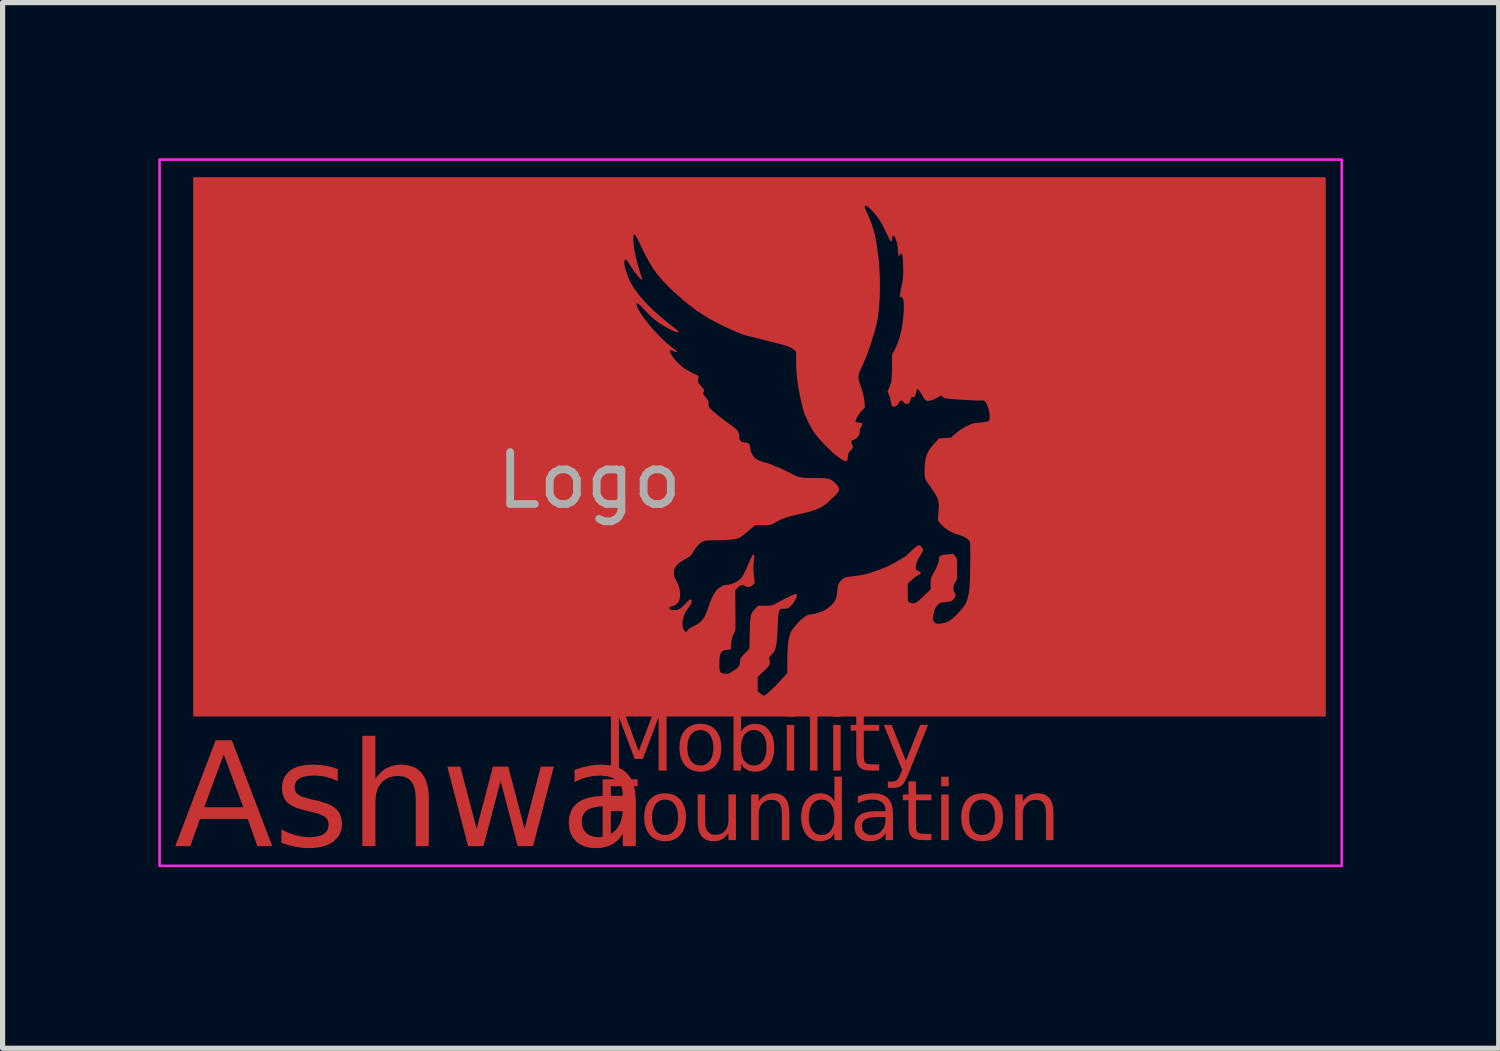
<source format=kicad_pcb>
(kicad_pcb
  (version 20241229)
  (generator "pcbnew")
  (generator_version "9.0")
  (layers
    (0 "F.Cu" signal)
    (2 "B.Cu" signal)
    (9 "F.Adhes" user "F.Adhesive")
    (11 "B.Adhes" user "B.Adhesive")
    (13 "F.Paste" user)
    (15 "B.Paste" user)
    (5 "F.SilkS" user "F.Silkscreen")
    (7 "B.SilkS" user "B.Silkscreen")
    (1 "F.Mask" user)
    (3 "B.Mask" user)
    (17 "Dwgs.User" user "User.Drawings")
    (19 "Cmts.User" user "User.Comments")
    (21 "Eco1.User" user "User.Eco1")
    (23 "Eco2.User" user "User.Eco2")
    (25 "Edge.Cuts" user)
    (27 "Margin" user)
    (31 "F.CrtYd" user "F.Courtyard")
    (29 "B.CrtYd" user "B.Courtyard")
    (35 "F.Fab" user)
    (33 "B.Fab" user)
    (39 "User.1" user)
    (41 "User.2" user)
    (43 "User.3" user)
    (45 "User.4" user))
  (footprint "Logo"
    (layer "F.Cu")
    (at 8.305 5.445)
    (property "Reference" "Logo" (at 0 0.762 0) (layer "F.Fab") (effects (font (size 1 1) (thickness 0.15))))
    (attr board_only exclude_from_pos_files exclude_from_bom)
    (fp_poly (pts (xy 14.192 5.313) (xy -7.632 5.313) (xy -7.632 -3.45) (xy 0.674 -3.45) (xy 0.678 -3.396) (xy 0.692 -3.327) (xy 0.716 -3.248) (xy 0.747 -3.163) (xy 0.784 -3.079) (xy 0.801 -3.046) (xy 0.876 -2.921) (xy 0.973 -2.792) (xy 1.092 -2.657) (xy 1.235 -2.516) (xy 1.402 -2.369) (xy 1.594 -2.213) (xy 1.66 -2.162) (xy 1.702 -2.128) (xy 1.723 -2.108) (xy 1.725 -2.097) (xy 1.715 -2.093) (xy 1.674 -2.098) (xy 1.612 -2.121) (xy 1.528 -2.162) (xy 1.422 -2.222) (xy 1.414 -2.227) (xy 1.332 -2.279) (xy 1.251 -2.342) (xy 1.166 -2.419) (xy 1.073 -2.514) (xy 1.006 -2.586) (xy 0.962 -2.629) (xy 0.93 -2.648) (xy 0.912 -2.644) (xy 0.911 -2.618) (xy 0.927 -2.571) (xy 0.938 -2.549) (xy 0.997 -2.449) (xy 1.075 -2.339) (xy 1.167 -2.222) (xy 1.27 -2.105) (xy 1.378 -1.993) (xy 1.487 -1.89) (xy 1.593 -1.801) (xy 1.636 -1.77) (xy 1.677 -1.737) (xy 1.693 -1.715) (xy 1.686 -1.707) (xy 1.655 -1.714) (xy 1.622 -1.728) (xy 1.586 -1.742) (xy 1.562 -1.747) (xy 1.558 -1.745) (xy 1.554 -1.722) (xy 1.568 -1.685) (xy 1.597 -1.637) (xy 1.638 -1.582) (xy 1.688 -1.525) (xy 1.743 -1.47) (xy 1.8 -1.421) (xy 1.812 -1.412) (xy 1.872 -1.372) (xy 1.943 -1.33) (xy 2.005 -1.299) (xy 2.109 -1.25) (xy 2.099 -1.187) (xy 2.095 -1.153) (xy 2.099 -1.127) (xy 2.113 -1.102) (xy 2.142 -1.068) (xy 2.158 -1.051) (xy 2.194 -1.011) (xy 2.212 -0.985) (xy 2.216 -0.966) (xy 2.209 -0.951) (xy 2.197 -0.929) (xy 2.195 -0.91) (xy 2.206 -0.888) (xy 2.23 -0.855) (xy 2.25 -0.831) (xy 2.283 -0.789) (xy 2.298 -0.758) (xy 2.3 -0.731) (xy 2.299 -0.722) (xy 2.297 -0.683) (xy 2.305 -0.655) (xy 2.328 -0.626) (xy 2.371 -0.584) (xy 2.432 -0.531) (xy 2.507 -0.47) (xy 2.593 -0.404) (xy 2.687 -0.334) (xy 2.774 -0.272) (xy 2.833 -0.224) (xy 2.87 -0.176) (xy 2.887 -0.121) (xy 2.89 -0.077) (xy 2.899 -0.022) (xy 2.927 0.014) (xy 2.976 0.03) (xy 3.002 0.031) (xy 3.055 0.04) (xy 3.088 0.069) (xy 3.103 0.119) (xy 3.104 0.143) (xy 3.115 0.206) (xy 3.145 0.271) (xy 3.189 0.327) (xy 3.203 0.34) (xy 3.249 0.369) (xy 3.309 0.395) (xy 3.372 0.415) (xy 3.398 0.421) (xy 3.446 0.433) (xy 3.502 0.453) (xy 3.528 0.465) (xy 3.57 0.485) (xy 3.603 0.498) (xy 3.615 0.501) (xy 3.637 0.508) (xy 3.681 0.526) (xy 3.741 0.555) (xy 3.816 0.592) (xy 3.9 0.635) (xy 3.901 0.636) (xy 3.959 0.665) (xy 4.01 0.687) (xy 4.06 0.701) (xy 4.115 0.71) (xy 4.182 0.715) (xy 4.267 0.716) (xy 4.336 0.716) (xy 4.44 0.716) (xy 4.521 0.719) (xy 4.583 0.726) (xy 4.632 0.739) (xy 4.674 0.76) (xy 4.712 0.788) (xy 4.748 0.822) (xy 4.792 0.873) (xy 4.812 0.918) (xy 4.809 0.961) (xy 4.781 1.008) (xy 4.729 1.063) (xy 4.718 1.074) (xy 4.678 1.11) (xy 4.631 1.154) (xy 4.601 1.183) (xy 4.542 1.232) (xy 4.476 1.275) (xy 4.4 1.312) (xy 4.308 1.346) (xy 4.197 1.378) (xy 4.063 1.41) (xy 4.022 1.419) (xy 3.95 1.435) (xy 3.885 1.451) (xy 3.832 1.465) (xy 3.801 1.475) (xy 3.753 1.494) (xy 3.705 1.512) (xy 3.705 1.512) (xy 3.667 1.529) (xy 3.618 1.555) (xy 3.578 1.578) (xy 3.541 1.599) (xy 3.511 1.613) (xy 3.479 1.621) (xy 3.437 1.625) (xy 3.378 1.626) (xy 3.348 1.626) (xy 3.196 1.626) (xy 3.061 1.741) (xy 3.006 1.786) (xy 2.955 1.826) (xy 2.915 1.856) (xy 2.89 1.871) (xy 2.89 1.871) (xy 2.835 1.888) (xy 2.757 1.901) (xy 2.653 1.91) (xy 2.523 1.915) (xy 2.456 1.916) (xy 2.366 1.917) (xy 2.299 1.919) (xy 2.251 1.923) (xy 2.217 1.929) (xy 2.192 1.938) (xy 2.182 1.943) (xy 2.124 1.985) (xy 2.067 2.045) (xy 2.019 2.114) (xy 2.012 2.126) (xy 1.98 2.179) (xy 1.947 2.218) (xy 1.904 2.25) (xy 1.843 2.284) (xy 1.836 2.288) (xy 1.742 2.345) (xy 1.676 2.408) (xy 1.637 2.477) (xy 1.627 2.552) (xy 1.645 2.632) (xy 1.682 2.706) (xy 1.721 2.788) (xy 1.745 2.877) (xy 1.752 2.966) (xy 1.742 3.047) (xy 1.728 3.086) (xy 1.697 3.13) (xy 1.653 3.166) (xy 1.606 3.188) (xy 1.583 3.192) (xy 1.552 3.2) (xy 1.542 3.221) (xy 1.552 3.242) (xy 1.579 3.257) (xy 1.623 3.262) (xy 1.674 3.26) (xy 1.72 3.249) (xy 1.734 3.243) (xy 1.762 3.223) (xy 1.801 3.189) (xy 1.844 3.146) (xy 1.854 3.135) (xy 1.894 3.095) (xy 1.927 3.067) (xy 1.95 3.053) (xy 1.954 3.053) (xy 1.974 3.072) (xy 1.974 3.107) (xy 1.954 3.155) (xy 1.92 3.206) (xy 1.859 3.297) (xy 1.821 3.383) (xy 1.801 3.47) (xy 1.798 3.497) (xy 1.797 3.559) (xy 1.806 3.606) (xy 1.818 3.632) (xy 1.843 3.672) (xy 1.864 3.685) (xy 1.882 3.671) (xy 1.891 3.654) (xy 1.92 3.621) (xy 1.977 3.587) (xy 1.997 3.578) (xy 2.073 3.54) (xy 2.133 3.498) (xy 2.182 3.447) (xy 2.224 3.384) (xy 2.261 3.302) (xy 2.298 3.198) (xy 2.301 3.189) (xy 2.331 3.103) (xy 2.366 3.022) (xy 2.403 2.951) (xy 2.439 2.894) (xy 2.471 2.856) (xy 2.491 2.843) (xy 2.52 2.827) (xy 2.542 2.807) (xy 2.576 2.786) (xy 2.628 2.779) (xy 2.628 2.779) (xy 2.707 2.768) (xy 2.791 2.739) (xy 2.868 2.696) (xy 2.903 2.668) (xy 2.93 2.64) (xy 2.955 2.605) (xy 2.982 2.558) (xy 3.013 2.494) (xy 3.048 2.416) (xy 3.079 2.345) (xy 3.107 2.283) (xy 3.13 2.234) (xy 3.146 2.205) (xy 3.15 2.198) (xy 3.167 2.186) (xy 3.177 2.2) (xy 3.179 2.24) (xy 3.172 2.305) (xy 3.171 2.313) (xy 3.163 2.385) (xy 3.162 2.46) (xy 3.168 2.548) (xy 3.171 2.583) (xy 3.188 2.743) (xy 3.146 2.783) (xy 3.096 2.815) (xy 3.048 2.819) (xy 3.01 2.801) (xy 2.964 2.78) (xy 2.916 2.788) (xy 2.866 2.825) (xy 2.861 2.829) (xy 2.813 2.879) (xy 2.817 3.274) (xy 2.818 3.391) (xy 2.818 3.483) (xy 2.818 3.553) (xy 2.817 3.604) (xy 2.815 3.641) (xy 2.811 3.667) (xy 2.805 3.685) (xy 2.798 3.698) (xy 2.792 3.706) (xy 2.763 3.761) (xy 2.743 3.836) (xy 2.734 3.924) (xy 2.734 3.942) (xy 2.733 4.016) (xy 2.666 4.026) (xy 2.62 4.034) (xy 2.582 4.045) (xy 2.572 4.049) (xy 2.541 4.079) (xy 2.52 4.134) (xy 2.508 4.213) (xy 2.506 4.292) (xy 2.507 4.37) (xy 2.515 4.425) (xy 2.53 4.46) (xy 2.556 4.479) (xy 2.595 4.486) (xy 2.627 4.487) (xy 2.671 4.485) (xy 2.703 4.479) (xy 2.712 4.473) (xy 2.729 4.458) (xy 2.763 4.438) (xy 2.781 4.428) (xy 2.845 4.387) (xy 2.885 4.341) (xy 2.903 4.286) (xy 2.904 4.258) (xy 2.906 4.225) (xy 2.913 4.199) (xy 2.929 4.171) (xy 2.958 4.136) (xy 2.995 4.098) (xy 3.085 4.003) (xy 3.093 3.693) (xy 3.096 3.583) (xy 3.099 3.496) (xy 3.105 3.429) (xy 3.112 3.378) (xy 3.123 3.339) (xy 3.139 3.307) (xy 3.159 3.278) (xy 3.186 3.247) (xy 3.195 3.238) (xy 3.252 3.178) (xy 3.388 3.177) (xy 3.453 3.177) (xy 3.5 3.173) (xy 3.535 3.165) (xy 3.569 3.15) (xy 3.602 3.132) (xy 3.674 3.093) (xy 3.748 3.053) (xy 3.819 3.017) (xy 3.883 2.987) (xy 3.934 2.964) (xy 3.967 2.951) (xy 3.976 2.95) (xy 3.997 2.96) (xy 4.001 2.988) (xy 3.99 3.028) (xy 3.966 3.077) (xy 3.931 3.13) (xy 3.894 3.173) (xy 3.859 3.208) (xy 3.831 3.226) (xy 3.799 3.233) (xy 3.764 3.235) (xy 3.729 3.235) (xy 3.701 3.239) (xy 3.68 3.249) (xy 3.665 3.269) (xy 3.653 3.302) (xy 3.645 3.35) (xy 3.639 3.418) (xy 3.634 3.508) (xy 3.629 3.613) (xy 3.623 3.735) (xy 3.616 3.831) (xy 3.609 3.907) (xy 3.599 3.966) (xy 3.585 4.012) (xy 3.568 4.05) (xy 3.547 4.082) (xy 3.519 4.113) (xy 3.513 4.119) (xy 3.481 4.155) (xy 3.467 4.181) (xy 3.468 4.204) (xy 3.469 4.207) (xy 3.481 4.25) (xy 3.481 4.288) (xy 3.466 4.326) (xy 3.434 4.368) (xy 3.382 4.42) (xy 3.362 4.439) (xy 3.246 4.547) (xy 3.246 4.827) (xy 3.299 4.871) (xy 3.333 4.897) (xy 3.36 4.912) (xy 3.368 4.915) (xy 3.384 4.905) (xy 3.416 4.881) (xy 3.458 4.845) (xy 3.493 4.814) (xy 3.552 4.757) (xy 3.619 4.689) (xy 3.682 4.622) (xy 3.709 4.593) (xy 3.816 4.473) (xy 3.816 4.249) (xy 3.819 4.082) (xy 3.828 3.941) (xy 3.843 3.827) (xy 3.864 3.737) (xy 3.88 3.694) (xy 3.911 3.639) (xy 3.956 3.579) (xy 4.01 3.517) (xy 4.068 3.459) (xy 4.126 3.409) (xy 4.18 3.372) (xy 4.224 3.351) (xy 4.24 3.348) (xy 4.295 3.342) (xy 4.364 3.327) (xy 4.437 3.305) (xy 4.504 3.279) (xy 4.554 3.254) (xy 4.56 3.25) (xy 4.64 3.19) (xy 4.698 3.134) (xy 4.738 3.077) (xy 4.762 3.013) (xy 4.776 2.935) (xy 4.78 2.894) (xy 4.788 2.818) (xy 4.803 2.762) (xy 4.827 2.718) (xy 4.865 2.677) (xy 4.874 2.669) (xy 4.907 2.644) (xy 4.943 2.629) (xy 4.994 2.62) (xy 5.02 2.617) (xy 5.103 2.607) (xy 5.188 2.595) (xy 5.27 2.581) (xy 5.341 2.566) (xy 5.394 2.552) (xy 5.417 2.544) (xy 5.453 2.53) (xy 5.504 2.512) (xy 5.56 2.494) (xy 5.632 2.468) (xy 5.719 2.431) (xy 5.811 2.388) (xy 5.898 2.342) (xy 5.972 2.299) (xy 5.999 2.282) (xy 6.036 2.258) (xy 6.064 2.242) (xy 6.073 2.238) (xy 6.087 2.229) (xy 6.117 2.203) (xy 6.158 2.166) (xy 6.202 2.124) (xy 6.251 2.079) (xy 6.295 2.042) (xy 6.328 2.018) (xy 6.345 2.01) (xy 6.377 2.021) (xy 6.409 2.049) (xy 6.431 2.081) (xy 6.435 2.099) (xy 6.428 2.126) (xy 6.408 2.165) (xy 6.394 2.186) (xy 6.341 2.272) (xy 6.308 2.345) (xy 6.294 2.41) (xy 6.293 2.429) (xy 6.294 2.469) (xy 6.303 2.49) (xy 6.324 2.501) (xy 6.339 2.505) (xy 6.378 2.523) (xy 6.389 2.545) (xy 6.373 2.569) (xy 6.343 2.586) (xy 6.307 2.606) (xy 6.261 2.64) (xy 6.215 2.68) (xy 6.214 2.681) (xy 6.136 2.755) (xy 6.136 2.923) (xy 6.137 2.995) (xy 6.138 3.043) (xy 6.142 3.075) (xy 6.148 3.094) (xy 6.16 3.106) (xy 6.172 3.115) (xy 6.223 3.132) (xy 6.279 3.124) (xy 6.335 3.092) (xy 6.354 3.075) (xy 6.388 3.042) (xy 6.434 2.999) (xy 6.483 2.953) (xy 6.49 2.946) (xy 6.578 2.865) (xy 6.578 2.756) (xy 6.578 2.702) (xy 6.583 2.662) (xy 6.594 2.626) (xy 6.614 2.584) (xy 6.644 2.532) (xy 6.682 2.459) (xy 6.713 2.389) (xy 6.733 2.328) (xy 6.742 2.281) (xy 6.74 2.26) (xy 6.741 2.233) (xy 6.77 2.213) (xy 6.825 2.197) (xy 6.893 2.189) (xy 7.011 2.178) (xy 7.051 2.223) (xy 7.066 2.241) (xy 7.077 2.258) (xy 7.084 2.28) (xy 7.088 2.311) (xy 7.09 2.357) (xy 7.09 2.424) (xy 7.09 2.475) (xy 7.09 2.556) (xy 7.089 2.614) (xy 7.086 2.654) (xy 7.081 2.681) (xy 7.072 2.701) (xy 7.06 2.718) (xy 7.055 2.725) (xy 7.032 2.766) (xy 7.019 2.817) (xy 7.018 2.867) (xy 7.029 2.908) (xy 7.04 2.921) (xy 7.06 2.954) (xy 7.056 2.996) (xy 7.029 3.042) (xy 7.022 3.051) (xy 6.999 3.074) (xy 6.974 3.089) (xy 6.939 3.098) (xy 6.886 3.105) (xy 6.871 3.106) (xy 6.812 3.113) (xy 6.773 3.122) (xy 6.744 3.137) (xy 6.717 3.16) (xy 6.714 3.162) (xy 6.678 3.206) (xy 6.653 3.261) (xy 6.635 3.334) (xy 6.627 3.384) (xy 6.623 3.432) (xy 6.629 3.464) (xy 6.646 3.491) (xy 6.669 3.513) (xy 6.697 3.523) (xy 6.741 3.524) (xy 6.745 3.524) (xy 6.832 3.512) (xy 6.911 3.484) (xy 6.986 3.436) (xy 7.065 3.365) (xy 7.078 3.352) (xy 7.15 3.274) (xy 7.204 3.21) (xy 7.244 3.151) (xy 7.272 3.092) (xy 7.294 3.026) (xy 7.311 2.946) (xy 7.32 2.893) (xy 7.325 2.85) (xy 7.329 2.786) (xy 7.333 2.706) (xy 7.337 2.614) (xy 7.339 2.514) (xy 7.341 2.41) (xy 7.343 2.308) (xy 7.343 2.21) (xy 7.343 2.121) (xy 7.342 2.045) (xy 7.34 1.987) (xy 7.336 1.951) (xy 7.334 1.942) (xy 7.295 1.896) (xy 7.233 1.855) (xy 7.155 1.823) (xy 7.132 1.817) (xy 7.025 1.781) (xy 6.924 1.729) (xy 6.837 1.667) (xy 6.778 1.609) (xy 6.717 1.533) (xy 6.727 1.398) (xy 6.734 1.302) (xy 6.735 1.227) (xy 6.728 1.164) (xy 6.712 1.108) (xy 6.684 1.051) (xy 6.643 0.985) (xy 6.587 0.904) (xy 6.539 0.837) (xy 6.505 0.787) (xy 6.483 0.746) (xy 6.47 0.709) (xy 6.464 0.669) (xy 6.462 0.619) (xy 6.461 0.568) (xy 6.466 0.443) (xy 6.482 0.338) (xy 6.513 0.246) (xy 6.561 0.16) (xy 6.629 0.073) (xy 6.663 0.036) (xy 6.741 -0.047) (xy 6.973 -0.063) (xy 7.063 -0.145) (xy 7.151 -0.213) (xy 7.255 -0.275) (xy 7.367 -0.326) (xy 7.382 -0.331) (xy 7.408 -0.337) (xy 7.455 -0.344) (xy 7.514 -0.351) (xy 7.543 -0.353) (xy 7.603 -0.36) (xy 7.654 -0.369) (xy 7.688 -0.378) (xy 7.696 -0.382) (xy 7.712 -0.412) (xy 7.717 -0.462) (xy 7.713 -0.524) (xy 7.7 -0.592) (xy 7.679 -0.66) (xy 7.651 -0.72) (xy 7.644 -0.732) (xy 7.627 -0.758) (xy 7.61 -0.772) (xy 7.585 -0.778) (xy 7.544 -0.778) (xy 7.52 -0.777) (xy 7.475 -0.777) (xy 7.409 -0.779) (xy 7.327 -0.783) (xy 7.237 -0.788) (xy 7.143 -0.794) (xy 7.053 -0.8) (xy 6.972 -0.806) (xy 6.908 -0.812) (xy 6.866 -0.817) (xy 6.828 -0.831) (xy 6.805 -0.853) (xy 6.792 -0.872) (xy 6.778 -0.873) (xy 6.751 -0.857) (xy 6.751 -0.857) (xy 6.666 -0.809) (xy 6.583 -0.778) (xy 6.559 -0.773) (xy 6.518 -0.769) (xy 6.489 -0.78) (xy 6.47 -0.795) (xy 6.446 -0.821) (xy 6.435 -0.839) (xy 6.435 -0.84) (xy 6.428 -0.859) (xy 6.41 -0.892) (xy 6.385 -0.929) (xy 6.359 -0.965) (xy 6.337 -0.992) (xy 6.324 -1.002) (xy 6.323 -1.002) (xy 6.314 -0.986) (xy 6.303 -0.95) (xy 6.294 -0.916) (xy 6.283 -0.872) (xy 6.273 -0.849) (xy 6.259 -0.843) (xy 6.244 -0.846) (xy 6.218 -0.846) (xy 6.201 -0.826) (xy 6.196 -0.813) (xy 6.183 -0.774) (xy 6.176 -0.745) (xy 6.16 -0.72) (xy 6.13 -0.71) (xy 6.095 -0.715) (xy 6.064 -0.735) (xy 6.057 -0.744) (xy 6.029 -0.774) (xy 6.004 -0.776) (xy 5.979 -0.749) (xy 5.973 -0.739) (xy 5.941 -0.695) (xy 5.902 -0.664) (xy 5.865 -0.652) (xy 5.841 -0.665) (xy 5.822 -0.698) (xy 5.81 -0.742) (xy 5.809 -0.765) (xy 5.803 -0.801) (xy 5.789 -0.849) (xy 5.779 -0.878) (xy 5.748 -0.95) (xy 5.789 -1.047) (xy 5.803 -1.083) (xy 5.814 -1.114) (xy 5.821 -1.147) (xy 5.826 -1.187) (xy 5.829 -1.239) (xy 5.831 -1.308) (xy 5.832 -1.401) (xy 5.832 -1.403) (xy 5.835 -1.662) (xy 5.885 -1.752) (xy 5.937 -1.865) (xy 5.982 -2.001) (xy 6.019 -2.154) (xy 6.045 -2.317) (xy 6.059 -2.486) (xy 6.061 -2.512) (xy 6.062 -2.609) (xy 6.059 -2.68) (xy 6.051 -2.728) (xy 6.036 -2.758) (xy 6.014 -2.771) (xy 6.011 -2.771) (xy 5.986 -2.777) (xy 5.98 -2.782) (xy 5.982 -2.798) (xy 5.99 -2.836) (xy 6.001 -2.891) (xy 6.014 -2.958) (xy 6.016 -2.97) (xy 6.031 -3.048) (xy 6.042 -3.114) (xy 6.047 -3.177) (xy 6.05 -3.246) (xy 6.049 -3.33) (xy 6.048 -3.367) (xy 6.045 -3.466) (xy 6.04 -3.538) (xy 6.032 -3.584) (xy 6.022 -3.607) (xy 6.009 -3.608) (xy 5.992 -3.588) (xy 5.992 -3.587) (xy 5.974 -3.564) (xy 5.964 -3.557) (xy 5.959 -3.57) (xy 5.954 -3.605) (xy 5.949 -3.656) (xy 5.948 -3.681) (xy 5.939 -3.761) (xy 5.925 -3.833) (xy 5.906 -3.892) (xy 5.884 -3.934) (xy 5.861 -3.953) (xy 5.86 -3.953) (xy 5.845 -3.95) (xy 5.839 -3.929) (xy 5.837 -3.898) (xy 5.834 -3.858) (xy 5.823 -3.844) (xy 5.82 -3.845) (xy 5.813 -3.847) (xy 5.807 -3.852) (xy 5.798 -3.863) (xy 5.786 -3.884) (xy 5.768 -3.919) (xy 5.743 -3.971) (xy 5.706 -4.045) (xy 5.703 -4.052) (xy 5.656 -4.145) (xy 5.616 -4.218) (xy 5.576 -4.281) (xy 5.532 -4.339) (xy 5.48 -4.4) (xy 5.46 -4.422) (xy 5.408 -4.477) (xy 5.369 -4.512) (xy 5.342 -4.529) (xy 5.323 -4.529) (xy 5.313 -4.521) (xy 5.309 -4.502) (xy 5.319 -4.469) (xy 5.343 -4.416) (xy 5.352 -4.396) (xy 5.408 -4.272) (xy 5.459 -4.131) (xy 5.5 -3.986) (xy 5.528 -3.849) (xy 5.531 -3.83) (xy 5.542 -3.754) (xy 5.553 -3.675) (xy 5.563 -3.607) (xy 5.567 -3.578) (xy 5.58 -3.461) (xy 5.591 -3.323) (xy 5.598 -3.172) (xy 5.601 -3.017) (xy 5.6 -2.865) (xy 5.596 -2.731) (xy 5.583 -2.556) (xy 5.564 -2.398) (xy 5.535 -2.246) (xy 5.496 -2.092) (xy 5.443 -1.925) (xy 5.433 -1.893) (xy 5.398 -1.793) (xy 5.371 -1.715) (xy 5.349 -1.653) (xy 5.329 -1.602) (xy 5.311 -1.557) (xy 5.292 -1.513) (xy 5.27 -1.465) (xy 5.253 -1.428) (xy 5.219 -1.35) (xy 5.197 -1.29) (xy 5.188 -1.239) (xy 5.191 -1.19) (xy 5.204 -1.135) (xy 5.218 -1.094) (xy 5.25 -0.999) (xy 5.273 -0.923) (xy 5.288 -0.857) (xy 5.299 -0.792) (xy 5.304 -0.748) (xy 5.313 -0.645) (xy 5.25 -0.578) (xy 5.212 -0.534) (xy 5.178 -0.484) (xy 5.151 -0.436) (xy 5.134 -0.395) (xy 5.132 -0.369) (xy 5.133 -0.367) (xy 5.151 -0.358) (xy 5.187 -0.354) (xy 5.198 -0.353) (xy 5.243 -0.347) (xy 5.263 -0.328) (xy 5.257 -0.298) (xy 5.241 -0.274) (xy 5.215 -0.219) (xy 5.211 -0.175) (xy 5.205 -0.125) (xy 5.182 -0.084) (xy 5.17 -0.07) (xy 5.139 -0.042) (xy 5.112 -0.027) (xy 5.106 -0.026) (xy 5.079 -0.016) (xy 5.062 -0.004) (xy 5.049 0.015) (xy 5.05 0.036) (xy 5.061 0.06) (xy 5.079 0.104) (xy 5.077 0.139) (xy 5.051 0.173) (xy 5.037 0.186) (xy 5.009 0.215) (xy 4.994 0.246) (xy 4.985 0.29) (xy 4.983 0.311) (xy 4.978 0.357) (xy 4.972 0.382) (xy 4.96 0.391) (xy 4.938 0.392) (xy 4.936 0.391) (xy 4.897 0.379) (xy 4.843 0.347) (xy 4.777 0.298) (xy 4.702 0.235) (xy 4.621 0.16) (xy 4.575 0.114) (xy 4.487 0.023) (xy 4.416 -0.056) (xy 4.359 -0.126) (xy 4.312 -0.195) (xy 4.269 -0.266) (xy 4.228 -0.346) (xy 4.193 -0.419) (xy 4.168 -0.473) (xy 4.149 -0.514) (xy 4.136 -0.551) (xy 4.125 -0.589) (xy 4.113 -0.635) (xy 4.102 -0.681) (xy 4.062 -0.856) (xy 4.031 -1.013) (xy 4.01 -1.156) (xy 3.995 -1.294) (xy 3.988 -1.434) (xy 3.986 -1.551) (xy 3.986 -1.717) (xy 3.937 -1.76) (xy 3.905 -1.784) (xy 3.861 -1.806) (xy 3.801 -1.829) (xy 3.723 -1.853) (xy 3.623 -1.879) (xy 3.552 -1.897) (xy 3.475 -1.916) (xy 3.393 -1.937) (xy 3.319 -1.956) (xy 3.296 -1.962) (xy 3.234 -1.978) (xy 3.175 -1.993) (xy 3.13 -2.004) (xy 3.125 -2.005) (xy 3.071 -2.017) (xy 3.022 -2.03) (xy 2.973 -2.045) (xy 2.92 -2.065) (xy 2.859 -2.089) (xy 2.787 -2.12) (xy 2.698 -2.16) (xy 2.59 -2.21) (xy 2.541 -2.233) (xy 2.314 -2.352) (xy 2.088 -2.496) (xy 1.862 -2.667) (xy 1.636 -2.865) (xy 1.527 -2.97) (xy 1.418 -3.083) (xy 1.322 -3.195) (xy 1.238 -3.311) (xy 1.158 -3.438) (xy 1.08 -3.582) (xy 1.029 -3.685) (xy 0.993 -3.76) (xy 0.96 -3.829) (xy 0.933 -3.886) (xy 0.914 -3.926) (xy 0.906 -3.941) (xy 0.886 -3.967) (xy 0.868 -3.977) (xy 0.858 -3.972) (xy 0.852 -3.955) (xy 0.85 -3.92) (xy 0.851 -3.863) (xy 0.851 -3.842) (xy 0.865 -3.704) (xy 0.896 -3.544) (xy 0.944 -3.362) (xy 0.976 -3.261) (xy 0.995 -3.2) (xy 1.009 -3.15) (xy 1.017 -3.115) (xy 1.017 -3.103) (xy 1.003 -3.107) (xy 0.976 -3.131) (xy 0.941 -3.17) (xy 0.901 -3.219) (xy 0.859 -3.275) (xy 0.818 -3.333) (xy 0.796 -3.368) (xy 0.757 -3.43) (xy 0.729 -3.47) (xy 0.709 -3.491) (xy 0.695 -3.496) (xy 0.684 -3.487) (xy 0.682 -3.484) (xy 0.674 -3.45) (xy -7.632 -3.45) (xy -7.632 -5.08) (xy 14.192 -5.08)) (stroke (width 0) (type solid)) (fill yes) (layer "F.Cu"))
    (fp_poly (pts (xy 14.192 5.263) (xy -7.632 5.263) (xy -7.632 -3.5) (xy 0.674 -3.5) (xy 0.678 -3.446) (xy 0.692 -3.377) (xy 0.716 -3.298) (xy 0.747 -3.213) (xy 0.784 -3.129) (xy 0.801 -3.096) (xy 0.876 -2.971) (xy 0.973 -2.842) (xy 1.092 -2.707) (xy 1.235 -2.566) (xy 1.402 -2.419) (xy 1.594 -2.263) (xy 1.66 -2.212) (xy 1.702 -2.178) (xy 1.723 -2.158) (xy 1.725 -2.147) (xy 1.715 -2.143) (xy 1.674 -2.148) (xy 1.612 -2.171) (xy 1.528 -2.212) (xy 1.422 -2.272) (xy 1.414 -2.277) (xy 1.332 -2.329) (xy 1.251 -2.392) (xy 1.166 -2.469) (xy 1.073 -2.564) (xy 1.006 -2.636) (xy 0.962 -2.679) (xy 0.93 -2.698) (xy 0.912 -2.694) (xy 0.911 -2.668) (xy 0.927 -2.621) (xy 0.938 -2.599) (xy 0.997 -2.499) (xy 1.075 -2.389) (xy 1.167 -2.272) (xy 1.27 -2.155) (xy 1.378 -2.043) (xy 1.487 -1.94) (xy 1.593 -1.851) (xy 1.636 -1.82) (xy 1.677 -1.787) (xy 1.693 -1.765) (xy 1.686 -1.757) (xy 1.655 -1.764) (xy 1.622 -1.778) (xy 1.586 -1.792) (xy 1.562 -1.797) (xy 1.558 -1.795) (xy 1.554 -1.772) (xy 1.568 -1.735) (xy 1.597 -1.687) (xy 1.638 -1.632) (xy 1.688 -1.575) (xy 1.743 -1.52) (xy 1.8 -1.471) (xy 1.812 -1.462) (xy 1.872 -1.422) (xy 1.943 -1.38) (xy 2.005 -1.349) (xy 2.109 -1.3) (xy 2.099 -1.237) (xy 2.095 -1.203) (xy 2.099 -1.177) (xy 2.113 -1.152) (xy 2.142 -1.118) (xy 2.158 -1.101) (xy 2.194 -1.061) (xy 2.212 -1.035) (xy 2.216 -1.016) (xy 2.209 -1.001) (xy 2.197 -0.979) (xy 2.195 -0.96) (xy 2.206 -0.938) (xy 2.23 -0.905) (xy 2.25 -0.881) (xy 2.283 -0.839) (xy 2.298 -0.808) (xy 2.3 -0.781) (xy 2.299 -0.772) (xy 2.297 -0.733) (xy 2.305 -0.705) (xy 2.328 -0.676) (xy 2.371 -0.634) (xy 2.432 -0.581) (xy 2.507 -0.52) (xy 2.593 -0.454) (xy 2.687 -0.384) (xy 2.774 -0.322) (xy 2.833 -0.274) (xy 2.87 -0.226) (xy 2.887 -0.171) (xy 2.89 -0.127) (xy 2.899 -0.072) (xy 2.927 -0.036) (xy 2.976 -0.02) (xy 3.002 -0.019) (xy 3.055 -0.01) (xy 3.088 0.019) (xy 3.103 0.069) (xy 3.104 0.093) (xy 3.115 0.156) (xy 3.145 0.221) (xy 3.189 0.277) (xy 3.203 0.29) (xy 3.249 0.319) (xy 3.309 0.345) (xy 3.372 0.365) (xy 3.398 0.371) (xy 3.446 0.383) (xy 3.502 0.403) (xy 3.528 0.415) (xy 3.57 0.435) (xy 3.603 0.448) (xy 3.615 0.451) (xy 3.637 0.458) (xy 3.681 0.476) (xy 3.741 0.505) (xy 3.816 0.542) (xy 3.9 0.585) (xy 3.901 0.586) (xy 3.959 0.615) (xy 4.01 0.637) (xy 4.06 0.651) (xy 4.115 0.66) (xy 4.182 0.665) (xy 4.267 0.666) (xy 4.336 0.666) (xy 4.44 0.666) (xy 4.521 0.669) (xy 4.583 0.676) (xy 4.632 0.689) (xy 4.674 0.71) (xy 4.712 0.738) (xy 4.748 0.772) (xy 4.792 0.823) (xy 4.812 0.868) (xy 4.809 0.911) (xy 4.781 0.958) (xy 4.729 1.013) (xy 4.718 1.024) (xy 4.678 1.06) (xy 4.631 1.104) (xy 4.601 1.133) (xy 4.542 1.182) (xy 4.476 1.225) (xy 4.4 1.262) (xy 4.308 1.296) (xy 4.197 1.328) (xy 4.063 1.36) (xy 4.022 1.369) (xy 3.95 1.385) (xy 3.885 1.401) (xy 3.832 1.415) (xy 3.801 1.425) (xy 3.753 1.444) (xy 3.705 1.462) (xy 3.705 1.462) (xy 3.667 1.479) (xy 3.618 1.505) (xy 3.578 1.528) (xy 3.541 1.549) (xy 3.511 1.563) (xy 3.479 1.571) (xy 3.437 1.575) (xy 3.378 1.576) (xy 3.348 1.576) (xy 3.196 1.576) (xy 3.061 1.691) (xy 3.006 1.736) (xy 2.955 1.776) (xy 2.915 1.806) (xy 2.89 1.821) (xy 2.89 1.821) (xy 2.835 1.838) (xy 2.757 1.851) (xy 2.653 1.86) (xy 2.523 1.865) (xy 2.456 1.866) (xy 2.366 1.867) (xy 2.299 1.869) (xy 2.251 1.873) (xy 2.217 1.879) (xy 2.192 1.888) (xy 2.182 1.893) (xy 2.124 1.935) (xy 2.067 1.995) (xy 2.019 2.064) (xy 2.012 2.076) (xy 1.98 2.129) (xy 1.947 2.168) (xy 1.904 2.2) (xy 1.843 2.234) (xy 1.836 2.238) (xy 1.742 2.295) (xy 1.676 2.358) (xy 1.637 2.427) (xy 1.627 2.502) (xy 1.645 2.582) (xy 1.682 2.656) (xy 1.721 2.738) (xy 1.745 2.827) (xy 1.752 2.916) (xy 1.742 2.997) (xy 1.728 3.036) (xy 1.697 3.08) (xy 1.653 3.116) (xy 1.606 3.138) (xy 1.583 3.142) (xy 1.552 3.15) (xy 1.542 3.171) (xy 1.552 3.192) (xy 1.579 3.207) (xy 1.623 3.212) (xy 1.674 3.21) (xy 1.72 3.199) (xy 1.734 3.193) (xy 1.762 3.173) (xy 1.801 3.139) (xy 1.844 3.096) (xy 1.854 3.085) (xy 1.894 3.045) (xy 1.927 3.017) (xy 1.95 3.003) (xy 1.954 3.003) (xy 1.974 3.022) (xy 1.974 3.057) (xy 1.954 3.105) (xy 1.92 3.156) (xy 1.859 3.247) (xy 1.821 3.333) (xy 1.801 3.42) (xy 1.798 3.447) (xy 1.797 3.509) (xy 1.806 3.556) (xy 1.818 3.582) (xy 1.843 3.622) (xy 1.864 3.635) (xy 1.882 3.621) (xy 1.891 3.604) (xy 1.92 3.571) (xy 1.977 3.537) (xy 1.997 3.528) (xy 2.073 3.49) (xy 2.133 3.448) (xy 2.182 3.397) (xy 2.224 3.334) (xy 2.261 3.252) (xy 2.298 3.148) (xy 2.301 3.139) (xy 2.331 3.053) (xy 2.366 2.972) (xy 2.403 2.901) (xy 2.439 2.844) (xy 2.471 2.806) (xy 2.491 2.793) (xy 2.52 2.777) (xy 2.542 2.757) (xy 2.576 2.736) (xy 2.628 2.729) (xy 2.628 2.729) (xy 2.707 2.718) (xy 2.791 2.689) (xy 2.868 2.646) (xy 2.903 2.618) (xy 2.93 2.59) (xy 2.955 2.555) (xy 2.982 2.508) (xy 3.013 2.444) (xy 3.048 2.366) (xy 3.079 2.295) (xy 3.107 2.233) (xy 3.13 2.184) (xy 3.146 2.155) (xy 3.15 2.148) (xy 3.167 2.136) (xy 3.177 2.15) (xy 3.179 2.19) (xy 3.172 2.255) (xy 3.171 2.263) (xy 3.163 2.335) (xy 3.162 2.41) (xy 3.168 2.498) (xy 3.171 2.533) (xy 3.188 2.693) (xy 3.146 2.733) (xy 3.096 2.765) (xy 3.048 2.769) (xy 3.01 2.751) (xy 2.964 2.73) (xy 2.916 2.738) (xy 2.866 2.775) (xy 2.861 2.779) (xy 2.813 2.829) (xy 2.817 3.224) (xy 2.818 3.341) (xy 2.818 3.433) (xy 2.818 3.503) (xy 2.817 3.554) (xy 2.815 3.591) (xy 2.811 3.617) (xy 2.805 3.635) (xy 2.798 3.648) (xy 2.792 3.656) (xy 2.763 3.711) (xy 2.743 3.786) (xy 2.734 3.874) (xy 2.734 3.892) (xy 2.733 3.966) (xy 2.666 3.976) (xy 2.62 3.984) (xy 2.582 3.995) (xy 2.572 3.999) (xy 2.541 4.029) (xy 2.52 4.084) (xy 2.508 4.163) (xy 2.506 4.242) (xy 2.507 4.32) (xy 2.515 4.375) (xy 2.53 4.41) (xy 2.556 4.429) (xy 2.595 4.436) (xy 2.627 4.437) (xy 2.671 4.435) (xy 2.703 4.429) (xy 2.712 4.423) (xy 2.729 4.408) (xy 2.763 4.388) (xy 2.781 4.378) (xy 2.845 4.337) (xy 2.885 4.291) (xy 2.903 4.236) (xy 2.904 4.208) (xy 2.906 4.175) (xy 2.913 4.149) (xy 2.929 4.121) (xy 2.958 4.086) (xy 2.995 4.048) (xy 3.085 3.953) (xy 3.093 3.643) (xy 3.096 3.533) (xy 3.099 3.446) (xy 3.105 3.379) (xy 3.112 3.328) (xy 3.123 3.289) (xy 3.139 3.257) (xy 3.159 3.228) (xy 3.186 3.197) (xy 3.195 3.188) (xy 3.252 3.128) (xy 3.388 3.127) (xy 3.453 3.127) (xy 3.5 3.123) (xy 3.535 3.115) (xy 3.569 3.1) (xy 3.602 3.082) (xy 3.674 3.043) (xy 3.748 3.003) (xy 3.819 2.967) (xy 3.883 2.937) (xy 3.934 2.914) (xy 3.967 2.901) (xy 3.976 2.9) (xy 3.997 2.91) (xy 4.001 2.938) (xy 3.99 2.978) (xy 3.966 3.027) (xy 3.931 3.08) (xy 3.894 3.123) (xy 3.859 3.158) (xy 3.831 3.176) (xy 3.799 3.183) (xy 3.764 3.185) (xy 3.729 3.185) (xy 3.701 3.189) (xy 3.68 3.199) (xy 3.665 3.219) (xy 3.653 3.252) (xy 3.645 3.3) (xy 3.639 3.368) (xy 3.634 3.458) (xy 3.629 3.563) (xy 3.623 3.684) (xy 3.616 3.781) (xy 3.609 3.857) (xy 3.599 3.916) (xy 3.585 3.962) (xy 3.568 4) (xy 3.547 4.032) (xy 3.519 4.063) (xy 3.513 4.069) (xy 3.481 4.105) (xy 3.467 4.131) (xy 3.468 4.154) (xy 3.469 4.157) (xy 3.481 4.2) (xy 3.481 4.238) (xy 3.466 4.276) (xy 3.434 4.318) (xy 3.382 4.37) (xy 3.362 4.389) (xy 3.246 4.497) (xy 3.246 4.777) (xy 3.299 4.821) (xy 3.333 4.847) (xy 3.36 4.862) (xy 3.368 4.865) (xy 3.384 4.855) (xy 3.416 4.831) (xy 3.458 4.795) (xy 3.493 4.764) (xy 3.552 4.707) (xy 3.619 4.639) (xy 3.682 4.572) (xy 3.709 4.543) (xy 3.816 4.423) (xy 3.816 4.199) (xy 3.819 4.032) (xy 3.828 3.891) (xy 3.843 3.777) (xy 3.864 3.687) (xy 3.88 3.644) (xy 3.911 3.589) (xy 3.956 3.529) (xy 4.01 3.467) (xy 4.068 3.409) (xy 4.126 3.359) (xy 4.18 3.322) (xy 4.224 3.301) (xy 4.24 3.298) (xy 4.295 3.292) (xy 4.364 3.277) (xy 4.437 3.255) (xy 4.504 3.229) (xy 4.554 3.204) (xy 4.56 3.2) (xy 4.64 3.14) (xy 4.698 3.084) (xy 4.738 3.027) (xy 4.762 2.963) (xy 4.776 2.885) (xy 4.78 2.844) (xy 4.788 2.768) (xy 4.803 2.712) (xy 4.827 2.668) (xy 4.865 2.627) (xy 4.874 2.619) (xy 4.907 2.594) (xy 4.943 2.579) (xy 4.994 2.57) (xy 5.02 2.567) (xy 5.103 2.557) (xy 5.188 2.545) (xy 5.27 2.531) (xy 5.341 2.516) (xy 5.394 2.502) (xy 5.417 2.494) (xy 5.453 2.48) (xy 5.504 2.462) (xy 5.56 2.444) (xy 5.632 2.418) (xy 5.719 2.381) (xy 5.811 2.338) (xy 5.898 2.292) (xy 5.972 2.249) (xy 5.999 2.232) (xy 6.036 2.208) (xy 6.064 2.192) (xy 6.073 2.188) (xy 6.087 2.179) (xy 6.117 2.153) (xy 6.158 2.116) (xy 6.202 2.074) (xy 6.251 2.029) (xy 6.295 1.992) (xy 6.328 1.968) (xy 6.345 1.96) (xy 6.377 1.971) (xy 6.409 1.999) (xy 6.431 2.031) (xy 6.435 2.049) (xy 6.428 2.076) (xy 6.408 2.115) (xy 6.394 2.136) (xy 6.341 2.222) (xy 6.308 2.295) (xy 6.294 2.36) (xy 6.293 2.379) (xy 6.294 2.419) (xy 6.303 2.44) (xy 6.324 2.451) (xy 6.339 2.455) (xy 6.378 2.473) (xy 6.389 2.495) (xy 6.373 2.519) (xy 6.343 2.536) (xy 6.307 2.556) (xy 6.261 2.59) (xy 6.215 2.63) (xy 6.214 2.631) (xy 6.136 2.705) (xy 6.136 2.873) (xy 6.137 2.945) (xy 6.138 2.993) (xy 6.142 3.025) (xy 6.148 3.044) (xy 6.16 3.056) (xy 6.172 3.065) (xy 6.223 3.082) (xy 6.279 3.074) (xy 6.335 3.042) (xy 6.354 3.025) (xy 6.388 2.992) (xy 6.434 2.949) (xy 6.483 2.903) (xy 6.49 2.896) (xy 6.578 2.815) (xy 6.578 2.706) (xy 6.578 2.652) (xy 6.583 2.612) (xy 6.594 2.576) (xy 6.614 2.534) (xy 6.644 2.482) (xy 6.682 2.409) (xy 6.713 2.339) (xy 6.733 2.278) (xy 6.742 2.231) (xy 6.74 2.21) (xy 6.741 2.183) (xy 6.77 2.163) (xy 6.825 2.147) (xy 6.893 2.139) (xy 7.011 2.128) (xy 7.051 2.173) (xy 7.066 2.191) (xy 7.077 2.208) (xy 7.084 2.23) (xy 7.088 2.261) (xy 7.09 2.307) (xy 7.09 2.374) (xy 7.09 2.425) (xy 7.09 2.506) (xy 7.089 2.564) (xy 7.086 2.604) (xy 7.081 2.631) (xy 7.072 2.651) (xy 7.06 2.668) (xy 7.055 2.675) (xy 7.032 2.716) (xy 7.019 2.767) (xy 7.018 2.817) (xy 7.029 2.858) (xy 7.04 2.871) (xy 7.06 2.904) (xy 7.056 2.946) (xy 7.029 2.992) (xy 7.022 3.001) (xy 6.999 3.024) (xy 6.974 3.039) (xy 6.939 3.048) (xy 6.886 3.055) (xy 6.871 3.056) (xy 6.812 3.063) (xy 6.773 3.072) (xy 6.744 3.087) (xy 6.717 3.11) (xy 6.714 3.112) (xy 6.678 3.156) (xy 6.653 3.211) (xy 6.635 3.284) (xy 6.627 3.334) (xy 6.623 3.382) (xy 6.629 3.414) (xy 6.646 3.441) (xy 6.669 3.463) (xy 6.697 3.473) (xy 6.741 3.474) (xy 6.745 3.474) (xy 6.832 3.462) (xy 6.911 3.434) (xy 6.986 3.386) (xy 7.065 3.315) (xy 7.078 3.302) (xy 7.15 3.224) (xy 7.204 3.16) (xy 7.244 3.101) (xy 7.272 3.042) (xy 7.294 2.976) (xy 7.311 2.896) (xy 7.32 2.843) (xy 7.325 2.8) (xy 7.329 2.736) (xy 7.333 2.656) (xy 7.337 2.564) (xy 7.339 2.464) (xy 7.341 2.36) (xy 7.343 2.258) (xy 7.343 2.16) (xy 7.343 2.071) (xy 7.342 1.995) (xy 7.34 1.937) (xy 7.336 1.901) (xy 7.334 1.892) (xy 7.295 1.846) (xy 7.233 1.805) (xy 7.155 1.773) (xy 7.132 1.767) (xy 7.025 1.731) (xy 6.924 1.679) (xy 6.837 1.617) (xy 6.778 1.559) (xy 6.717 1.483) (xy 6.727 1.348) (xy 6.734 1.252) (xy 6.735 1.177) (xy 6.728 1.114) (xy 6.712 1.058) (xy 6.684 1.001) (xy 6.643 0.935) (xy 6.587 0.854) (xy 6.539 0.787) (xy 6.505 0.737) (xy 6.483 0.696) (xy 6.47 0.659) (xy 6.464 0.619) (xy 6.462 0.569) (xy 6.461 0.518) (xy 6.466 0.393) (xy 6.482 0.288) (xy 6.513 0.196) (xy 6.561 0.11) (xy 6.629 0.023) (xy 6.663 -0.014) (xy 6.741 -0.097) (xy 6.973 -0.113) (xy 7.063 -0.195) (xy 7.151 -0.263) (xy 7.255 -0.325) (xy 7.367 -0.376) (xy 7.382 -0.381) (xy 7.408 -0.387) (xy 7.455 -0.394) (xy 7.514 -0.401) (xy 7.543 -0.403) (xy 7.603 -0.41) (xy 7.654 -0.419) (xy 7.688 -0.428) (xy 7.696 -0.432) (xy 7.712 -0.462) (xy 7.717 -0.512) (xy 7.713 -0.574) (xy 7.7 -0.642) (xy 7.679 -0.71) (xy 7.651 -0.77) (xy 7.644 -0.782) (xy 7.627 -0.808) (xy 7.61 -0.822) (xy 7.585 -0.828) (xy 7.544 -0.828) (xy 7.52 -0.827) (xy 7.475 -0.827) (xy 7.409 -0.829) (xy 7.327 -0.833) (xy 7.237 -0.838) (xy 7.143 -0.844) (xy 7.053 -0.85) (xy 6.972 -0.856) (xy 6.908 -0.862) (xy 6.866 -0.867) (xy 6.828 -0.881) (xy 6.805 -0.903) (xy 6.792 -0.922) (xy 6.778 -0.923) (xy 6.751 -0.907) (xy 6.751 -0.907) (xy 6.666 -0.859) (xy 6.583 -0.828) (xy 6.559 -0.823) (xy 6.518 -0.819) (xy 6.489 -0.83) (xy 6.47 -0.845) (xy 6.446 -0.871) (xy 6.435 -0.889) (xy 6.435 -0.89) (xy 6.428 -0.909) (xy 6.41 -0.942) (xy 6.385 -0.979) (xy 6.359 -1.015) (xy 6.337 -1.042) (xy 6.324 -1.052) (xy 6.323 -1.052) (xy 6.314 -1.036) (xy 6.303 -1) (xy 6.294 -0.966) (xy 6.283 -0.922) (xy 6.273 -0.899) (xy 6.259 -0.893) (xy 6.244 -0.896) (xy 6.218 -0.896) (xy 6.201 -0.876) (xy 6.196 -0.863) (xy 6.183 -0.824) (xy 6.176 -0.795) (xy 6.16 -0.77) (xy 6.13 -0.76) (xy 6.095 -0.765) (xy 6.064 -0.785) (xy 6.057 -0.794) (xy 6.029 -0.824) (xy 6.004 -0.826) (xy 5.979 -0.799) (xy 5.973 -0.789) (xy 5.941 -0.745) (xy 5.902 -0.714) (xy 5.865 -0.702) (xy 5.841 -0.715) (xy 5.822 -0.748) (xy 5.81 -0.792) (xy 5.809 -0.815) (xy 5.803 -0.851) (xy 5.789 -0.899) (xy 5.779 -0.928) (xy 5.748 -1) (xy 5.789 -1.097) (xy 5.803 -1.133) (xy 5.814 -1.164) (xy 5.821 -1.197) (xy 5.826 -1.237) (xy 5.829 -1.289) (xy 5.831 -1.358) (xy 5.832 -1.451) (xy 5.832 -1.453) (xy 5.835 -1.712) (xy 5.885 -1.802) (xy 5.937 -1.915) (xy 5.982 -2.051) (xy 6.019 -2.204) (xy 6.045 -2.367) (xy 6.059 -2.536) (xy 6.061 -2.562) (xy 6.062 -2.659) (xy 6.059 -2.73) (xy 6.051 -2.778) (xy 6.036 -2.808) (xy 6.014 -2.821) (xy 6.011 -2.821) (xy 5.986 -2.827) (xy 5.98 -2.832) (xy 5.982 -2.848) (xy 5.99 -2.886) (xy 6.001 -2.941) (xy 6.014 -3.008) (xy 6.016 -3.02) (xy 6.031 -3.098) (xy 6.042 -3.164) (xy 6.047 -3.227) (xy 6.05 -3.296) (xy 6.049 -3.38) (xy 6.048 -3.417) (xy 6.045 -3.516) (xy 6.04 -3.588) (xy 6.032 -3.634) (xy 6.022 -3.657) (xy 6.009 -3.658) (xy 5.992 -3.638) (xy 5.992 -3.637) (xy 5.974 -3.614) (xy 5.964 -3.607) (xy 5.959 -3.62) (xy 5.954 -3.655) (xy 5.949 -3.706) (xy 5.948 -3.731) (xy 5.939 -3.811) (xy 5.925 -3.883) (xy 5.906 -3.942) (xy 5.884 -3.984) (xy 5.861 -4.003) (xy 5.86 -4.003) (xy 5.845 -4) (xy 5.839 -3.979) (xy 5.837 -3.948) (xy 5.834 -3.908) (xy 5.823 -3.894) (xy 5.82 -3.895) (xy 5.813 -3.897) (xy 5.807 -3.902) (xy 5.798 -3.913) (xy 5.786 -3.934) (xy 5.768 -3.969) (xy 5.743 -4.021) (xy 5.706 -4.095) (xy 5.703 -4.102) (xy 5.656 -4.195) (xy 5.616 -4.268) (xy 5.576 -4.331) (xy 5.532 -4.389) (xy 5.48 -4.45) (xy 5.46 -4.472) (xy 5.408 -4.527) (xy 5.369 -4.562) (xy 5.342 -4.579) (xy 5.323 -4.579) (xy 5.313 -4.571) (xy 5.309 -4.552) (xy 5.319 -4.519) (xy 5.343 -4.466) (xy 5.352 -4.446) (xy 5.408 -4.322) (xy 5.459 -4.181) (xy 5.5 -4.036) (xy 5.528 -3.899) (xy 5.531 -3.88) (xy 5.542 -3.804) (xy 5.553 -3.725) (xy 5.563 -3.657) (xy 5.567 -3.628) (xy 5.58 -3.511) (xy 5.591 -3.373) (xy 5.598 -3.222) (xy 5.601 -3.067) (xy 5.6 -2.915) (xy 5.596 -2.781) (xy 5.583 -2.606) (xy 5.564 -2.448) (xy 5.535 -2.296) (xy 5.496 -2.142) (xy 5.443 -1.975) (xy 5.433 -1.943) (xy 5.398 -1.843) (xy 5.371 -1.765) (xy 5.349 -1.703) (xy 5.329 -1.652) (xy 5.311 -1.607) (xy 5.292 -1.563) (xy 5.27 -1.515) (xy 5.253 -1.478) (xy 5.219 -1.4) (xy 5.197 -1.34) (xy 5.188 -1.289) (xy 5.191 -1.24) (xy 5.204 -1.185) (xy 5.218 -1.144) (xy 5.25 -1.049) (xy 5.273 -0.973) (xy 5.288 -0.907) (xy 5.299 -0.842) (xy 5.304 -0.798) (xy 5.313 -0.695) (xy 5.25 -0.628) (xy 5.212 -0.584) (xy 5.178 -0.534) (xy 5.151 -0.486) (xy 5.134 -0.445) (xy 5.132 -0.419) (xy 5.133 -0.417) (xy 5.151 -0.408) (xy 5.187 -0.404) (xy 5.198 -0.403) (xy 5.243 -0.397) (xy 5.263 -0.378) (xy 5.257 -0.348) (xy 5.241 -0.324) (xy 5.215 -0.269) (xy 5.211 -0.225) (xy 5.205 -0.175) (xy 5.182 -0.134) (xy 5.17 -0.12) (xy 5.139 -0.092) (xy 5.112 -0.077) (xy 5.106 -0.076) (xy 5.079 -0.066) (xy 5.062 -0.054) (xy 5.049 -0.035) (xy 5.05 -0.014) (xy 5.061 0.01) (xy 5.079 0.054) (xy 5.077 0.089) (xy 5.051 0.123) (xy 5.037 0.136) (xy 5.009 0.165) (xy 4.994 0.196) (xy 4.985 0.24) (xy 4.983 0.261) (xy 4.978 0.307) (xy 4.972 0.332) (xy 4.96 0.341) (xy 4.938 0.342) (xy 4.936 0.341) (xy 4.897 0.329) (xy 4.843 0.297) (xy 4.777 0.248) (xy 4.702 0.185) (xy 4.621 0.11) (xy 4.575 0.064) (xy 4.487 -0.027) (xy 4.416 -0.106) (xy 4.359 -0.176) (xy 4.312 -0.245) (xy 4.269 -0.316) (xy 4.228 -0.396) (xy 4.193 -0.469) (xy 4.168 -0.523) (xy 4.149 -0.564) (xy 4.136 -0.601) (xy 4.125 -0.639) (xy 4.113 -0.685) (xy 4.102 -0.731) (xy 4.062 -0.906) (xy 4.031 -1.063) (xy 4.01 -1.206) (xy 3.995 -1.344) (xy 3.988 -1.484) (xy 3.986 -1.601) (xy 3.986 -1.767) (xy 3.937 -1.81) (xy 3.905 -1.834) (xy 3.861 -1.856) (xy 3.801 -1.879) (xy 3.723 -1.903) (xy 3.623 -1.929) (xy 3.552 -1.947) (xy 3.475 -1.966) (xy 3.393 -1.987) (xy 3.319 -2.006) (xy 3.296 -2.012) (xy 3.234 -2.028) (xy 3.175 -2.043) (xy 3.13 -2.054) (xy 3.125 -2.055) (xy 3.071 -2.067) (xy 3.022 -2.08) (xy 2.973 -2.095) (xy 2.92 -2.115) (xy 2.859 -2.139) (xy 2.787 -2.17) (xy 2.698 -2.21) (xy 2.59 -2.26) (xy 2.541 -2.283) (xy 2.314 -2.402) (xy 2.088 -2.546) (xy 1.862 -2.717) (xy 1.636 -2.915) (xy 1.527 -3.02) (xy 1.418 -3.133) (xy 1.322 -3.245) (xy 1.238 -3.361) (xy 1.158 -3.488) (xy 1.08 -3.632) (xy 1.029 -3.735) (xy 0.993 -3.81) (xy 0.96 -3.879) (xy 0.933 -3.936) (xy 0.914 -3.976) (xy 0.906 -3.991) (xy 0.886 -4.017) (xy 0.868 -4.027) (xy 0.858 -4.022) (xy 0.852 -4.005) (xy 0.85 -3.97) (xy 0.851 -3.913) (xy 0.851 -3.892) (xy 0.865 -3.754) (xy 0.896 -3.594) (xy 0.944 -3.412) (xy 0.976 -3.311) (xy 0.995 -3.25) (xy 1.009 -3.2) (xy 1.017 -3.165) (xy 1.017 -3.153) (xy 1.003 -3.157) (xy 0.976 -3.181) (xy 0.941 -3.22) (xy 0.901 -3.269) (xy 0.859 -3.325) (xy 0.818 -3.383) (xy 0.796 -3.418) (xy 0.757 -3.48) (xy 0.729 -3.52) (xy 0.709 -3.541) (xy 0.695 -3.546) (xy 0.684 -3.537) (xy 0.682 -3.534) (xy 0.674 -3.5) (xy -7.632 -3.5) (xy -7.632 -5.13) (xy 14.192 -5.13)) (stroke (width 0) (type solid)) (fill yes) (layer "F.Mask"))
    (fp_rect (start -8.28 -5.42) (end 14.5 8.19) (stroke (width 0.05) (type default)) (fill no) (layer "F.CrtYd"))
    (fp_text user "Mobility" (at 0.26 6.55 0) (unlocked yes) (layer "F.Cu") (effects (font (face "Xenotron") (size 1.15 1.15) (thickness 0.1)) (justify left bottom)))
    (fp_text user "Ashwa" (at -8 8.15 0) (unlocked yes) (layer "F.Cu") (effects (font (face "Samarkan") (size 2 2) (thickness 0.1)) (justify left bottom)))
    (fp_text user "Foundation" (at 0.1 7.89 0) (unlocked yes) (layer "F.Cu") (effects (font (face "Xenotron") (size 1.15 1.15) (thickness 0.1)) (justify left bottom)))
    (fp_text user "Mobility" (at 0.26 6.56 0) (unlocked yes) (layer "F.Mask") (effects (font (face "Xenotron") (size 1.15 1.15) (thickness 0.1)) (justify left bottom)))
    (fp_text user "Ashwa" (at -8 8.14 0) (unlocked yes) (layer "F.Mask") (effects (font (face "Samarkan") (size 2 2) (thickness 0.1)) (justify left bottom)))
    (fp_text user "Foundation" (at 0.1 7.89 0) (unlocked yes) (layer "F.Mask") (effects (font (face "Xenotron") (size 1.15 1.15) (thickness 0.1)) (justify left bottom))))
  (gr_rect
    (start -3 -3)
    (end 25.83 17.15)
    (stroke (width 0.1) (type default))
    (fill no)
    (layer "Edge.Cuts")))
</source>
